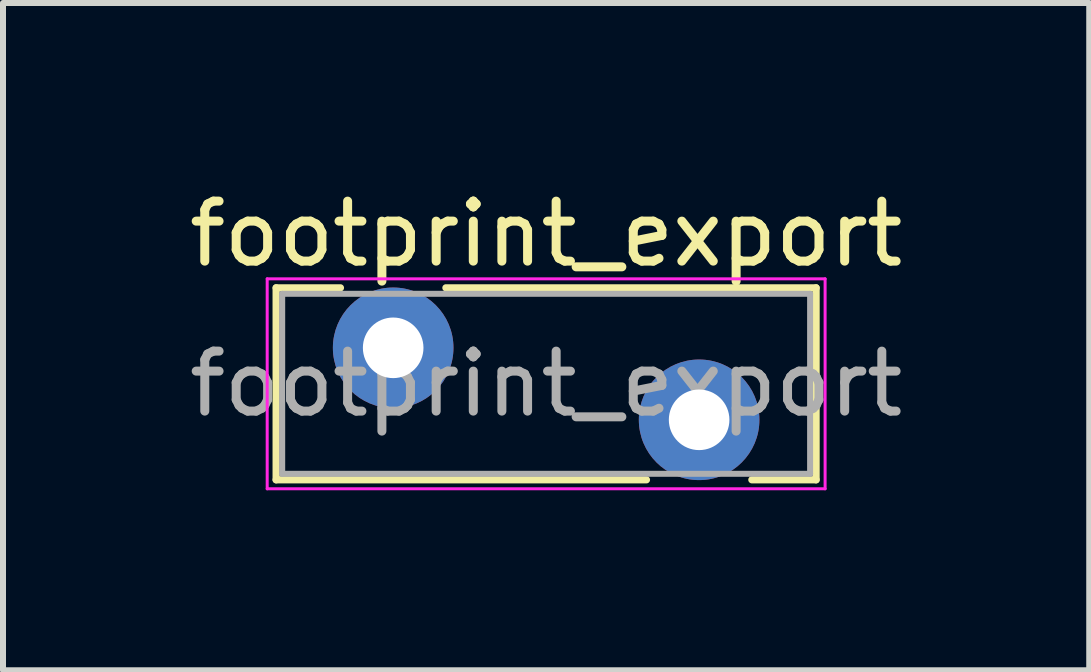
<source format=kicad_pcb>
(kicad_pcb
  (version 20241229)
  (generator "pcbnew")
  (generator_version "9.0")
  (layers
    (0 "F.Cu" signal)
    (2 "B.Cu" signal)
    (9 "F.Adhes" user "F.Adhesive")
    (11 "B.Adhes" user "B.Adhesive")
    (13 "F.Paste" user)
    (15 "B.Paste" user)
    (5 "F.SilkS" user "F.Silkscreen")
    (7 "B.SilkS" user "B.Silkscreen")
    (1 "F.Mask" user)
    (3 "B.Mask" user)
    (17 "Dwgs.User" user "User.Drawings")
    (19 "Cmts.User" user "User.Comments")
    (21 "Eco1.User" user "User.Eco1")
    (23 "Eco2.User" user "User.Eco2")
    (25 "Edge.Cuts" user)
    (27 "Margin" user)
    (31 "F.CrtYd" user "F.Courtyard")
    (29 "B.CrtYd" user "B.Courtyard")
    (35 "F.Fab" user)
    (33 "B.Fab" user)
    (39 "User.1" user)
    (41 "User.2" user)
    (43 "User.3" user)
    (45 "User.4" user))
  (footprint "footprint_export"
    (layer "F.Cu")
    (at 3.504 2.748)
    (property "Reference" "footprint_export" (at 2.55 -1.9 0) (layer "F.SilkS") (effects (font (size 1 1) (thickness 0.15))))
    (attr through_hole)
    (fp_line (start -1.951 -1) (end -1.951 2.2) (stroke (width 0.12) (type solid)) (layer "F.SilkS"))
    (fp_line (start -1.951 -1) (end -0.879 -1) (stroke (width 0.12) (type solid)) (layer "F.SilkS"))
    (fp_line (start -1.951 2.2) (end 4.222 2.2) (stroke (width 0.12) (type solid)) (layer "F.SilkS"))
    (fp_line (start 0.879 -1) (end 7.05 -1) (stroke (width 0.12) (type solid)) (layer "F.SilkS"))
    (fp_line (start 5.979 2.2) (end 7.05 2.2) (stroke (width 0.12) (type solid)) (layer "F.SilkS"))
    (fp_line (start 7.05 -1) (end 7.05 2.2) (stroke (width 0.12) (type solid)) (layer "F.SilkS"))
    (fp_line (start -2.1 -1.15) (end -2.1 2.35) (stroke (width 0.05) (type solid)) (layer "F.CrtYd"))
    (fp_line (start -2.1 2.35) (end 7.2 2.35) (stroke (width 0.05) (type solid)) (layer "F.CrtYd"))
    (fp_line (start 7.2 -1.15) (end -2.1 -1.15) (stroke (width 0.05) (type solid)) (layer "F.CrtYd"))
    (fp_line (start 7.2 2.35) (end 7.2 -1.15) (stroke (width 0.05) (type solid)) (layer "F.CrtYd"))
    (fp_line (start -1.85 -0.9) (end -1.85 2.1) (stroke (width 0.1) (type solid)) (layer "F.Fab"))
    (fp_line (start -1.85 2.1) (end 6.95 2.1) (stroke (width 0.1) (type solid)) (layer "F.Fab"))
    (fp_line (start 6.95 -0.9) (end -1.85 -0.9) (stroke (width 0.1) (type solid)) (layer "F.Fab"))
    (fp_line (start 6.95 2.1) (end 6.95 -0.9) (stroke (width 0.1) (type solid)) (layer "F.Fab"))
    (fp_text user "${REFERENCE}" (at 2.55 0.6 0) (layer "F.Fab") (effects (font (size 1 1) (thickness 0.15))))
    (pad "1" thru_hole circle (at 0 0) (size 2.01 2.01) (drill 1.01) (layers "*.Cu" "*.Mask"))
    (pad "2" thru_hole circle (at 5.1 1.2) (size 2.01 2.01) (drill 1.01) (layers "*.Cu" "*.Mask")))
  (gr_rect
    (start -3 -3)
    (end 15.107 8.123)
    (stroke (width 0.1) (type default))
    (fill no)
    (layer "Edge.Cuts")))
</source>
